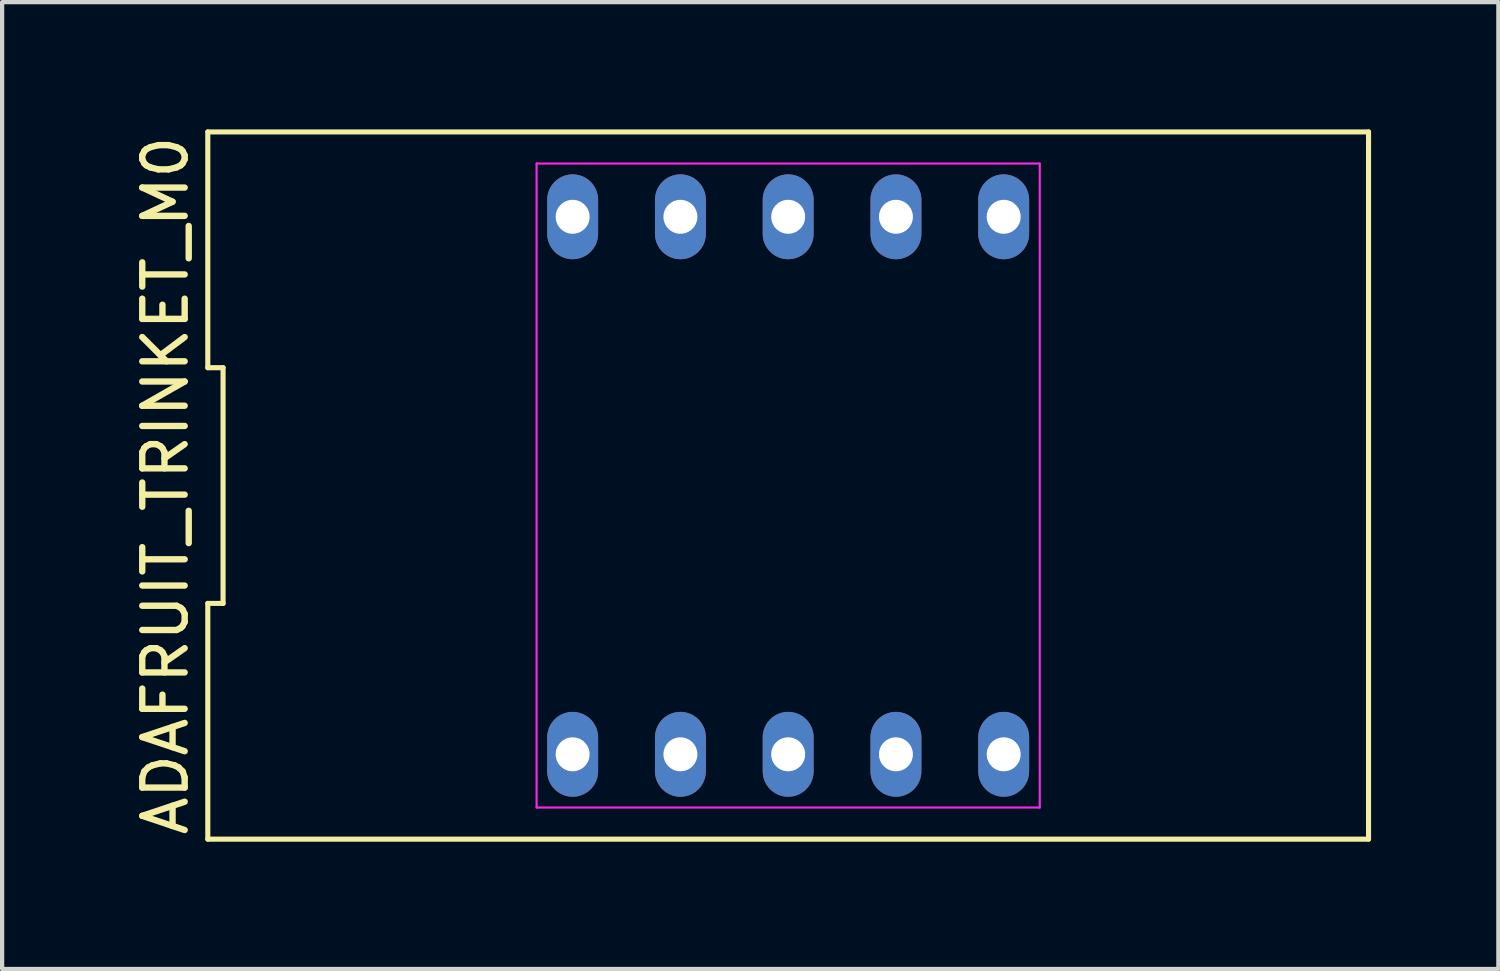
<source format=kicad_pcb>
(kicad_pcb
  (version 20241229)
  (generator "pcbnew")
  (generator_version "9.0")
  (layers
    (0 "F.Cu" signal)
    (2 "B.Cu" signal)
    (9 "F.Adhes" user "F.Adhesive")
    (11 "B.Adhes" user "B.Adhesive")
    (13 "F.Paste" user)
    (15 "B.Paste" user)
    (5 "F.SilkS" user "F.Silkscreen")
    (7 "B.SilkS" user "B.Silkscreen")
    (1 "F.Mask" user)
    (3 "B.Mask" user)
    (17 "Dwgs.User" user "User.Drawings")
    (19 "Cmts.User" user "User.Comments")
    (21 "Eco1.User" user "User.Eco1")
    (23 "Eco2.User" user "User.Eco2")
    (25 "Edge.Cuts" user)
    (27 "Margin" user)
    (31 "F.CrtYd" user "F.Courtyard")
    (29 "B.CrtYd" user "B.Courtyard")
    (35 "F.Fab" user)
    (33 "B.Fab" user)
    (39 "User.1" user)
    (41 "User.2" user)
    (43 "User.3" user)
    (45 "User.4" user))
  (footprint "ADAFRUIT_TRINKET_M0"
    (layer "F.Cu")
    (at 15.528 8.395)
    (property "Reference" "ADAFRUIT_TRINKET_M0" (at -14.68 0 90) (layer "F.SilkS") (effects (font (size 1 1) (thickness 0.15))))
    (attr through_hole)
    (fp_line (start -13.68 -8.335) (end -13.68 -2.778) (stroke (width 0.12) (type solid)) (layer "F.SilkS"))
    (fp_line (start -13.68 -2.778) (end -13.32 -2.778) (stroke (width 0.12) (type solid)) (layer "F.SilkS"))
    (fp_line (start -13.68 2.778) (end -13.68 8.335) (stroke (width 0.12) (type solid)) (layer "F.SilkS"))
    (fp_line (start -13.68 8.335) (end 13.68 8.335) (stroke (width 0.12) (type solid)) (layer "F.SilkS"))
    (fp_line (start -13.32 -2.778) (end -13.32 2.778) (stroke (width 0.12) (type solid)) (layer "F.SilkS"))
    (fp_line (start -13.32 2.778) (end -13.68 2.778) (stroke (width 0.12) (type solid)) (layer "F.SilkS"))
    (fp_line (start 13.68 -8.335) (end -13.68 -8.335) (stroke (width 0.12) (type solid)) (layer "F.SilkS"))
    (fp_line (start 13.68 8.335) (end 13.68 -8.335) (stroke (width 0.12) (type solid)) (layer "F.SilkS"))
    (fp_line (start -5.93 -7.59) (end 5.93 -7.59) (stroke (width 0.05) (type solid)) (layer "F.CrtYd"))
    (fp_line (start -5.93 7.59) (end -5.93 -7.59) (stroke (width 0.05) (type solid)) (layer "F.CrtYd"))
    (fp_line (start 5.93 -7.59) (end 5.93 7.59) (stroke (width 0.05) (type solid)) (layer "F.CrtYd"))
    (fp_line (start 5.93 7.59) (end -5.93 7.59) (stroke (width 0.05) (type solid)) (layer "F.CrtYd"))
    (pad "1" thru_hole oval (at -5.08 6.335) (size 1.2 2) (drill 0.8) (layers "*.Cu" "*.Mask"))
    (pad "2" thru_hole oval (at -2.54 6.335) (size 1.2 2) (drill 0.8) (layers "*.Cu" "*.Mask"))
    (pad "3" thru_hole oval (at 0 6.335) (size 1.2 2) (drill 0.8) (layers "*.Cu" "*.Mask"))
    (pad "4" thru_hole oval (at 2.54 6.335) (size 1.2 2) (drill 0.8) (layers "*.Cu" "*.Mask"))
    (pad "5" thru_hole oval (at 5.08 6.335) (size 1.2 2) (drill 0.8) (layers "*.Cu" "*.Mask"))
    (pad "6" thru_hole oval (at 5.08 -6.335) (size 1.2 2) (drill 0.8) (layers "*.Cu" "*.Mask"))
    (pad "7" thru_hole oval (at 2.54 -6.335) (size 1.2 2) (drill 0.8) (layers "*.Cu" "*.Mask"))
    (pad "8" thru_hole oval (at 0 -6.335) (size 1.2 2) (drill 0.8) (layers "*.Cu" "*.Mask"))
    (pad "9" thru_hole oval (at -2.54 -6.335) (size 1.2 2) (drill 0.8) (layers "*.Cu" "*.Mask"))
    (pad "10" thru_hole oval (at -5.08 -6.335) (size 1.2 2) (drill 0.8) (layers "*.Cu" "*.Mask")))
  (gr_rect
    (start -3 -3)
    (end 32.268 19.79)
    (stroke (width 0.1) (type default))
    (fill no)
    (layer "Edge.Cuts")))
</source>
